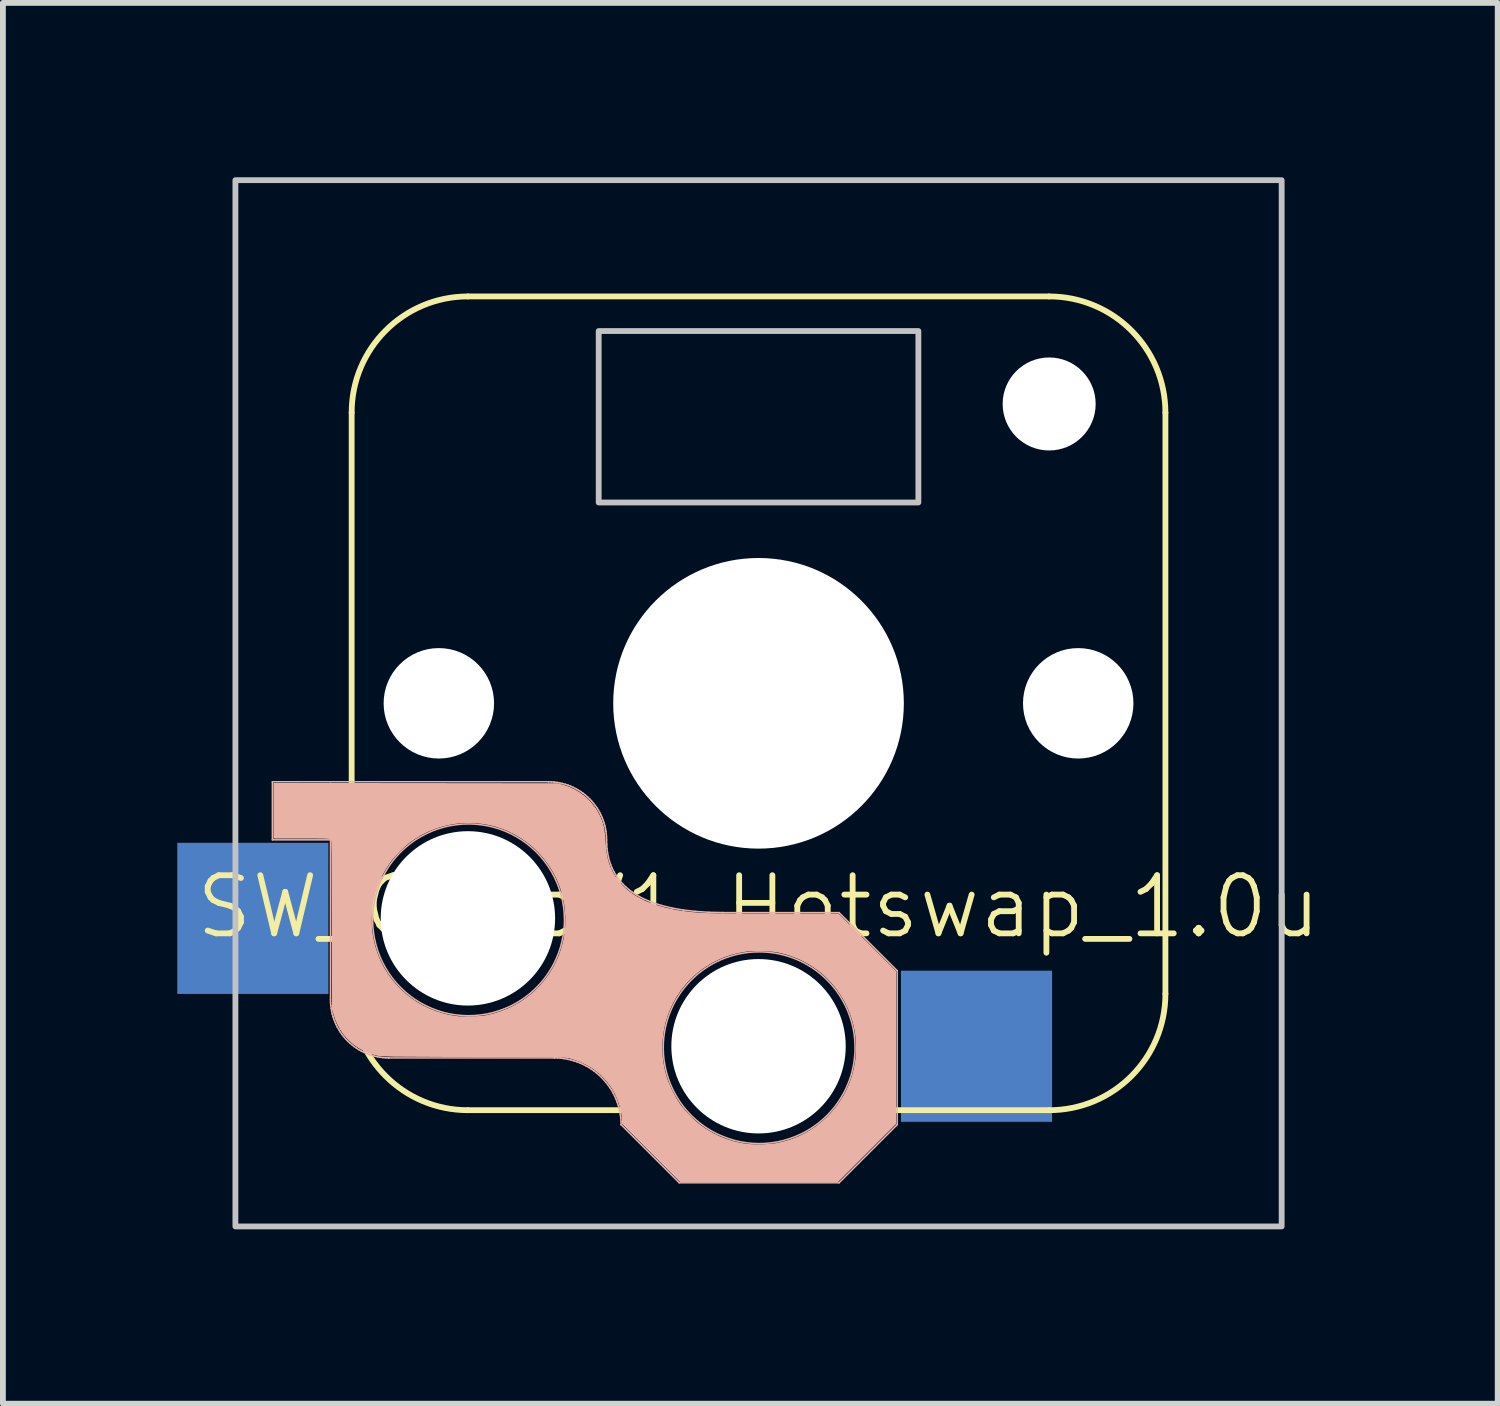
<source format=kicad_pcb>
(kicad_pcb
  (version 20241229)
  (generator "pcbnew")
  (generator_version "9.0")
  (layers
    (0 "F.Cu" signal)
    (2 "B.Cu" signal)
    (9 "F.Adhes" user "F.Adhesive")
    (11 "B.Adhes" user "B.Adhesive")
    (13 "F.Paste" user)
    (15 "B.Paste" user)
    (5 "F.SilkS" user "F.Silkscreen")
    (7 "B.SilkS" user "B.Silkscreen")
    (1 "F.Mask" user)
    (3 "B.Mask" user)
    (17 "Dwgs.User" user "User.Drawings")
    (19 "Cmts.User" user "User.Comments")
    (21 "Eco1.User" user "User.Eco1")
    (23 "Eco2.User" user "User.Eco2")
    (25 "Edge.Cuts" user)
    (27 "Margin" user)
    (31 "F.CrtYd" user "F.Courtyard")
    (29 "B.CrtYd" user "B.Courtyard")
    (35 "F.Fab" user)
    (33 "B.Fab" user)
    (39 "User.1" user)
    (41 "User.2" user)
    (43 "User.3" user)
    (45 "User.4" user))
  (footprint "SW_ChocV1_Hotswap_1.0u"
    (layer "F.Cu")
    (at 10 9.05)
    (property "Reference" "SW_ChocV1_Hotswap_1.0u" (at 0 3.5 0) (unlocked yes) (layer "F.SilkS") (effects (font (size 1 1) (thickness 0.1))))
    (attr through_hole)
    (fp_line (start -7 -5) (end -7 5) (stroke (width 0.1) (type default)) (layer "F.SilkS"))
    (fp_line (start -5 -7) (end 5 -7) (stroke (width 0.1) (type default)) (layer "F.SilkS"))
    (fp_line (start -5 7) (end -1.5 7) (stroke (width 0.1) (type default)) (layer "F.SilkS"))
    (fp_line (start 1.5 7) (end 5 7) (stroke (width 0.1) (type default)) (layer "F.SilkS"))
    (fp_line (start 7 -5) (end 7 5) (stroke (width 0.1) (type default)) (layer "F.SilkS"))
    (fp_arc (start -7 -5) (mid -6.414214 -6.414214) (end -5 -7) (stroke (width 0.1) (type default)) (layer "F.SilkS"))
    (fp_arc (start -5 7) (mid -6.414214 6.414214) (end -7 5) (stroke (width 0.1) (type default)) (layer "F.SilkS"))
    (fp_arc (start 5 -7) (mid 6.414214 -6.414214) (end 7 -5) (stroke (width 0.1) (type default)) (layer "F.SilkS"))
    (fp_arc (start 7 5) (mid 6.414214 6.414214) (end 5 7) (stroke (width 0.1) (type default)) (layer "F.SilkS"))
    (fp_line (start -8.364 1.349) (end -7.364 1.349) (stroke (width 0.026) (type solid)) (layer "B.SilkS"))
    (fp_line (start -8.364 2.349) (end -8.364 1.349) (stroke (width 0.026) (type solid)) (layer "B.SilkS"))
    (fp_line (start -7.364 1.349) (end -3.614 1.349) (stroke (width 0.026) (type solid)) (layer "B.SilkS"))
    (fp_line (start -7.364 2.349) (end -8.364 2.349) (stroke (width 0.026) (type solid)) (layer "B.SilkS"))
    (fp_line (start -7.364 5.1) (end -7.364 2.349) (stroke (width 0.026) (type solid)) (layer "B.SilkS"))
    (fp_line (start -7.364 5.1) (end -7.363 5.149) (stroke (width 0.026) (type solid)) (layer "B.SilkS"))
    (fp_line (start -7.363 5.149) (end -7.359 5.199) (stroke (width 0.026) (type solid)) (layer "B.SilkS"))
    (fp_line (start -7.359 5.199) (end -7.353 5.247) (stroke (width 0.026) (type solid)) (layer "B.SilkS"))
    (fp_line (start -7.353 5.247) (end -7.345 5.296) (stroke (width 0.026) (type solid)) (layer "B.SilkS"))
    (fp_line (start -7.345 5.296) (end -7.334 5.344) (stroke (width 0.026) (type solid)) (layer "B.SilkS"))
    (fp_line (start -7.334 5.344) (end -7.321 5.391) (stroke (width 0.026) (type solid)) (layer "B.SilkS"))
    (fp_line (start -7.321 5.391) (end -7.306 5.437) (stroke (width 0.026) (type solid)) (layer "B.SilkS"))
    (fp_line (start -7.306 5.437) (end -7.288 5.483) (stroke (width 0.026) (type solid)) (layer "B.SilkS"))
    (fp_line (start -7.288 5.483) (end -7.268 5.527) (stroke (width 0.026) (type solid)) (layer "B.SilkS"))
    (fp_line (start -7.268 5.527) (end -7.247 5.571) (stroke (width 0.026) (type solid)) (layer "B.SilkS"))
    (fp_line (start -7.247 5.571) (end -7.222 5.613) (stroke (width 0.026) (type solid)) (layer "B.SilkS"))
    (fp_line (start -7.222 5.613) (end -7.196 5.655) (stroke (width 0.026) (type solid)) (layer "B.SilkS"))
    (fp_line (start -7.196 5.655) (end -7.168 5.695) (stroke (width 0.026) (type solid)) (layer "B.SilkS"))
    (fp_line (start -7.168 5.695) (end -7.138 5.734) (stroke (width 0.026) (type solid)) (layer "B.SilkS"))
    (fp_line (start -7.138 5.734) (end -7.106 5.771) (stroke (width 0.026) (type solid)) (layer "B.SilkS"))
    (fp_line (start -7.106 5.771) (end -7.071 5.807) (stroke (width 0.026) (type solid)) (layer "B.SilkS"))
    (fp_line (start -7.071 5.807) (end -7.036 5.841) (stroke (width 0.026) (type solid)) (layer "B.SilkS"))
    (fp_line (start -7.036 5.841) (end -6.998 5.873) (stroke (width 0.026) (type solid)) (layer "B.SilkS"))
    (fp_line (start -6.998 5.873) (end -6.959 5.904) (stroke (width 0.026) (type solid)) (layer "B.SilkS"))
    (fp_line (start -6.959 5.904) (end -6.919 5.932) (stroke (width 0.026) (type solid)) (layer "B.SilkS"))
    (fp_line (start -6.919 5.932) (end -6.878 5.958) (stroke (width 0.026) (type solid)) (layer "B.SilkS"))
    (fp_line (start -6.878 5.958) (end -6.835 5.982) (stroke (width 0.026) (type solid)) (layer "B.SilkS"))
    (fp_line (start -6.835 5.982) (end -6.792 6.004) (stroke (width 0.026) (type solid)) (layer "B.SilkS"))
    (fp_line (start -6.792 6.004) (end -6.747 6.024) (stroke (width 0.026) (type solid)) (layer "B.SilkS"))
    (fp_line (start -6.747 6.024) (end -6.702 6.041) (stroke (width 0.026) (type solid)) (layer "B.SilkS"))
    (fp_line (start -6.702 6.041) (end -6.655 6.057) (stroke (width 0.026) (type solid)) (layer "B.SilkS"))
    (fp_line (start -6.655 6.057) (end -6.608 6.07) (stroke (width 0.026) (type solid)) (layer "B.SilkS"))
    (fp_line (start -6.608 6.07) (end -6.56 6.08) (stroke (width 0.026) (type solid)) (layer "B.SilkS"))
    (fp_line (start -6.56 6.08) (end -6.512 6.089) (stroke (width 0.026) (type solid)) (layer "B.SilkS"))
    (fp_line (start -6.512 6.089) (end -6.463 6.095) (stroke (width 0.026) (type solid)) (layer "B.SilkS"))
    (fp_line (start -6.463 6.095) (end -6.414 6.099) (stroke (width 0.026) (type solid)) (layer "B.SilkS"))
    (fp_line (start -6.414 6.099) (end -6.364 6.1) (stroke (width 0.026) (type solid)) (layer "B.SilkS"))
    (fp_line (start -6.364 6.1) (end -6.364 6.101) (stroke (width 0.026) (type default)) (layer "B.SilkS"))
    (fp_line (start -3.614 1.35) (end -3.614 1.349) (stroke (width 0.026) (type default)) (layer "B.SilkS"))
    (fp_line (start -3.565 1.351) (end -3.614 1.35) (stroke (width 0.026) (type solid)) (layer "B.SilkS"))
    (fp_line (start -3.516 1.355) (end -3.565 1.351) (stroke (width 0.026) (type solid)) (layer "B.SilkS"))
    (fp_line (start -3.514 6.101) (end -6.364 6.101) (stroke (width 0.026) (type solid)) (layer "B.SilkS"))
    (fp_line (start -3.514 6.101) (end -3.514 6.1) (stroke (width 0.026) (type default)) (layer "B.SilkS"))
    (fp_line (start -3.467 1.361) (end -3.516 1.355) (stroke (width 0.026) (type solid)) (layer "B.SilkS"))
    (fp_line (start -3.457 6.101) (end -3.514 6.1) (stroke (width 0.026) (type solid)) (layer "B.SilkS"))
    (fp_line (start -3.418 1.369) (end -3.467 1.361) (stroke (width 0.026) (type solid)) (layer "B.SilkS"))
    (fp_line (start -3.401 6.105) (end -3.457 6.101) (stroke (width 0.026) (type solid)) (layer "B.SilkS"))
    (fp_line (start -3.371 1.38) (end -3.418 1.369) (stroke (width 0.026) (type solid)) (layer "B.SilkS"))
    (fp_line (start -3.345 6.112) (end -3.401 6.105) (stroke (width 0.026) (type solid)) (layer "B.SilkS"))
    (fp_line (start -3.324 1.393) (end -3.371 1.38) (stroke (width 0.026) (type solid)) (layer "B.SilkS"))
    (fp_line (start -3.289 6.122) (end -3.345 6.112) (stroke (width 0.026) (type solid)) (layer "B.SilkS"))
    (fp_line (start -3.277 1.408) (end -3.324 1.393) (stroke (width 0.026) (type solid)) (layer "B.SilkS"))
    (fp_line (start -3.234 6.135) (end -3.289 6.122) (stroke (width 0.026) (type solid)) (layer "B.SilkS"))
    (fp_line (start -3.232 1.426) (end -3.277 1.408) (stroke (width 0.026) (type solid)) (layer "B.SilkS"))
    (fp_line (start -3.187 1.446) (end -3.232 1.426) (stroke (width 0.026) (type solid)) (layer "B.SilkS"))
    (fp_line (start -3.18 6.15) (end -3.234 6.135) (stroke (width 0.026) (type solid)) (layer "B.SilkS"))
    (fp_line (start -3.143 1.468) (end -3.187 1.446) (stroke (width 0.026) (type solid)) (layer "B.SilkS"))
    (fp_line (start -3.127 6.167) (end -3.18 6.15) (stroke (width 0.026) (type solid)) (layer "B.SilkS"))
    (fp_line (start -3.101 1.492) (end -3.143 1.468) (stroke (width 0.026) (type solid)) (layer "B.SilkS"))
    (fp_line (start -3.074 6.187) (end -3.127 6.167) (stroke (width 0.026) (type solid)) (layer "B.SilkS"))
    (fp_line (start -3.06 1.518) (end -3.101 1.492) (stroke (width 0.026) (type solid)) (layer "B.SilkS"))
    (fp_line (start -3.023 6.21) (end -3.074 6.187) (stroke (width 0.026) (type solid)) (layer "B.SilkS"))
    (fp_line (start -3.019 1.546) (end -3.06 1.518) (stroke (width 0.026) (type solid)) (layer "B.SilkS"))
    (fp_line (start -2.981 1.576) (end -3.019 1.546) (stroke (width 0.026) (type solid)) (layer "B.SilkS"))
    (fp_line (start -2.973 6.235) (end -3.023 6.21) (stroke (width 0.026) (type solid)) (layer "B.SilkS"))
    (fp_line (start -2.943 1.609) (end -2.981 1.576) (stroke (width 0.026) (type solid)) (layer "B.SilkS"))
    (fp_line (start -2.924 6.263) (end -2.973 6.235) (stroke (width 0.026) (type solid)) (layer "B.SilkS"))
    (fp_line (start -2.907 1.643) (end -2.943 1.609) (stroke (width 0.026) (type solid)) (layer "B.SilkS"))
    (fp_line (start -2.876 6.293) (end -2.924 6.263) (stroke (width 0.026) (type solid)) (layer "B.SilkS"))
    (fp_line (start -2.873 1.679) (end -2.907 1.643) (stroke (width 0.026) (type solid)) (layer "B.SilkS"))
    (fp_line (start -2.841 1.716) (end -2.873 1.679) (stroke (width 0.026) (type solid)) (layer "B.SilkS"))
    (fp_line (start -2.83 6.325) (end -2.876 6.293) (stroke (width 0.026) (type solid)) (layer "B.SilkS"))
    (fp_line (start -2.811 1.755) (end -2.841 1.716) (stroke (width 0.026) (type solid)) (layer "B.SilkS"))
    (fp_line (start -2.786 6.36) (end -2.83 6.325) (stroke (width 0.026) (type solid)) (layer "B.SilkS"))
    (fp_line (start -2.782 1.795) (end -2.811 1.755) (stroke (width 0.026) (type solid)) (layer "B.SilkS"))
    (fp_line (start -2.756 1.836) (end -2.782 1.795) (stroke (width 0.026) (type solid)) (layer "B.SilkS"))
    (fp_line (start -2.743 6.397) (end -2.786 6.36) (stroke (width 0.026) (type solid)) (layer "B.SilkS"))
    (fp_line (start -2.732 1.879) (end -2.756 1.836) (stroke (width 0.026) (type solid)) (layer "B.SilkS"))
    (fp_line (start -2.71 1.923) (end -2.732 1.879) (stroke (width 0.026) (type solid)) (layer "B.SilkS"))
    (fp_line (start -2.701 6.437) (end -2.743 6.397) (stroke (width 0.026) (type solid)) (layer "B.SilkS"))
    (fp_line (start -2.69 1.967) (end -2.71 1.923) (stroke (width 0.026) (type solid)) (layer "B.SilkS"))
    (fp_line (start -2.673 2.013) (end -2.69 1.967) (stroke (width 0.026) (type solid)) (layer "B.SilkS"))
    (fp_line (start -2.662 6.478) (end -2.701 6.437) (stroke (width 0.026) (type solid)) (layer "B.SilkS"))
    (fp_line (start -2.658 2.059) (end -2.673 2.013) (stroke (width 0.026) (type solid)) (layer "B.SilkS"))
    (fp_line (start -2.644 2.106) (end -2.658 2.059) (stroke (width 0.026) (type solid)) (layer "B.SilkS"))
    (fp_line (start -2.634 2.154) (end -2.644 2.106) (stroke (width 0.026) (type solid)) (layer "B.SilkS"))
    (fp_line (start -2.625 2.202) (end -2.634 2.154) (stroke (width 0.026) (type solid)) (layer "B.SilkS"))
    (fp_line (start -2.625 6.521) (end -2.662 6.478) (stroke (width 0.026) (type solid)) (layer "B.SilkS"))
    (fp_line (start -2.619 2.251) (end -2.625 2.202) (stroke (width 0.026) (type solid)) (layer "B.SilkS"))
    (fp_line (start -2.616 2.3) (end -2.619 2.251) (stroke (width 0.026) (type solid)) (layer "B.SilkS"))
    (fp_line (start -2.614 2.35) (end -2.616 2.3) (stroke (width 0.026) (type solid)) (layer "B.SilkS"))
    (fp_line (start -2.612 2.427) (end -2.614 2.35) (stroke (width 0.026) (type solid)) (layer "B.SilkS"))
    (fp_line (start -2.607 2.501) (end -2.612 2.427) (stroke (width 0.026) (type solid)) (layer "B.SilkS"))
    (fp_line (start -2.597 2.573) (end -2.607 2.501) (stroke (width 0.026) (type solid)) (layer "B.SilkS"))
    (fp_line (start -2.59 6.566) (end -2.625 6.521) (stroke (width 0.026) (type solid)) (layer "B.SilkS"))
    (fp_line (start -2.583 2.643) (end -2.597 2.573) (stroke (width 0.026) (type solid)) (layer "B.SilkS"))
    (fp_line (start -2.566 2.71) (end -2.583 2.643) (stroke (width 0.026) (type solid)) (layer "B.SilkS"))
    (fp_line (start -2.558 6.612) (end -2.59 6.566) (stroke (width 0.026) (type solid)) (layer "B.SilkS"))
    (fp_line (start -2.544 2.775) (end -2.566 2.71) (stroke (width 0.026) (type solid)) (layer "B.SilkS"))
    (fp_line (start -2.527 6.659) (end -2.558 6.612) (stroke (width 0.026) (type solid)) (layer "B.SilkS"))
    (fp_line (start -2.519 2.837) (end -2.544 2.775) (stroke (width 0.026) (type solid)) (layer "B.SilkS"))
    (fp_line (start -2.5 6.708) (end -2.527 6.659) (stroke (width 0.026) (type solid)) (layer "B.SilkS"))
    (fp_line (start -2.489 2.897) (end -2.519 2.837) (stroke (width 0.026) (type solid)) (layer "B.SilkS"))
    (fp_line (start -2.475 6.758) (end -2.5 6.708) (stroke (width 0.026) (type solid)) (layer "B.SilkS"))
    (fp_line (start -2.456 2.954) (end -2.489 2.897) (stroke (width 0.026) (type solid)) (layer "B.SilkS"))
    (fp_line (start -2.452 6.81) (end -2.475 6.758) (stroke (width 0.026) (type solid)) (layer "B.SilkS"))
    (fp_line (start -2.432 6.862) (end -2.452 6.81) (stroke (width 0.026) (type solid)) (layer "B.SilkS"))
    (fp_line (start -2.419 3.009) (end -2.456 2.954) (stroke (width 0.026) (type solid)) (layer "B.SilkS"))
    (fp_line (start -2.414 6.915) (end -2.432 6.862) (stroke (width 0.026) (type solid)) (layer "B.SilkS"))
    (fp_line (start -2.399 6.97) (end -2.414 6.915) (stroke (width 0.026) (type solid)) (layer "B.SilkS"))
    (fp_line (start -2.387 7.024) (end -2.399 6.97) (stroke (width 0.026) (type solid)) (layer "B.SilkS"))
    (fp_line (start -2.378 3.061) (end -2.419 3.009) (stroke (width 0.026) (type solid)) (layer "B.SilkS"))
    (fp_line (start -2.377 7.08) (end -2.387 7.024) (stroke (width 0.026) (type solid)) (layer "B.SilkS"))
    (fp_line (start -2.37 7.136) (end -2.377 7.08) (stroke (width 0.026) (type solid)) (layer "B.SilkS"))
    (fp_line (start -2.366 7.193) (end -2.37 7.136) (stroke (width 0.026) (type solid)) (layer "B.SilkS"))
    (fp_line (start -2.364 7.25) (end -2.366 7.193) (stroke (width 0.026) (type solid)) (layer "B.SilkS"))
    (fp_line (start -2.364 7.25) (end -2.364 7.249) (stroke (width 0.026) (type default)) (layer "B.SilkS"))
    (fp_line (start -2.333 3.112) (end -2.378 3.061) (stroke (width 0.026) (type solid)) (layer "B.SilkS"))
    (fp_line (start -2.284 3.159) (end -2.333 3.112) (stroke (width 0.026) (type solid)) (layer "B.SilkS"))
    (fp_line (start -2.232 3.204) (end -2.284 3.159) (stroke (width 0.026) (type solid)) (layer "B.SilkS"))
    (fp_line (start -2.175 3.247) (end -2.232 3.204) (stroke (width 0.026) (type solid)) (layer "B.SilkS"))
    (fp_line (start -2.114 3.287) (end -2.175 3.247) (stroke (width 0.026) (type solid)) (layer "B.SilkS"))
    (fp_line (start -2.05 3.325) (end -2.114 3.287) (stroke (width 0.026) (type solid)) (layer "B.SilkS"))
    (fp_line (start -1.982 3.361) (end -2.05 3.325) (stroke (width 0.026) (type solid)) (layer "B.SilkS"))
    (fp_line (start -1.833 3.424) (end -1.982 3.361) (stroke (width 0.026) (type solid)) (layer "B.SilkS"))
    (fp_line (start -1.669 3.478) (end -1.833 3.424) (stroke (width 0.026) (type solid)) (layer "B.SilkS"))
    (fp_line (start -1.489 3.522) (end -1.669 3.478) (stroke (width 0.026) (type solid)) (layer "B.SilkS"))
    (fp_line (start -1.364 8.249) (end -2.364 7.249) (stroke (width 0.026) (type solid)) (layer "B.SilkS"))
    (fp_line (start -1.294 3.556) (end -1.489 3.522) (stroke (width 0.026) (type solid)) (layer "B.SilkS"))
    (fp_line (start -1.083 3.58) (end -1.294 3.556) (stroke (width 0.026) (type solid)) (layer "B.SilkS"))
    (fp_line (start -0.857 3.595) (end -1.083 3.58) (stroke (width 0.026) (type solid)) (layer "B.SilkS"))
    (fp_line (start -0.614 3.601) (end -0.614 3.6) (stroke (width 0.026) (type default)) (layer "B.SilkS"))
    (fp_line (start -0.614 3.601) (end 1.386 3.601) (stroke (width 0.026) (type solid)) (layer "B.SilkS"))
    (fp_line (start -0.614 3.6) (end -0.857 3.595) (stroke (width 0.026) (type solid)) (layer "B.SilkS"))
    (fp_line (start 1.386 8.249) (end -1.364 8.249) (stroke (width 0.026) (type solid)) (layer "B.SilkS"))
    (fp_line (start 2.386 4.601) (end 1.386 3.601) (stroke (width 0.026) (type solid)) (layer "B.SilkS"))
    (fp_line (start 2.386 4.601) (end 2.386 7.249) (stroke (width 0.026) (type solid)) (layer "B.SilkS"))
    (fp_line (start 2.386 7.249) (end 1.386 8.249) (stroke (width 0.026) (type solid)) (layer "B.SilkS"))
    (fp_poly (pts (xy -4.883 2.078) (xy -4.776 2.089) (xy -4.67 2.106) (xy -4.566 2.13) (xy -4.462 2.161) (xy -4.361 2.199) (xy -4.261 2.244) (xy -4.164 2.296) (xy -4.071 2.354) (xy -3.982 2.418) (xy -3.899 2.487) (xy -3.82 2.561) (xy -3.747 2.639) (xy -3.679 2.722) (xy -3.617 2.809) (xy -3.56 2.9) (xy -3.51 2.994) (xy -3.466 3.091) (xy -3.428 3.192) (xy -3.396 3.294) (xy -3.372 3.399) (xy -3.354 3.506) (xy -3.343 3.615) (xy -3.339 3.725) (xy -3.34 3.78) (xy -3.343 3.835) (xy -3.348 3.889) (xy -3.354 3.943) (xy -3.362 3.997) (xy -3.372 4.05) (xy -3.383 4.103) (xy -3.396 4.155) (xy -3.411 4.207) (xy -3.428 4.258) (xy -3.446 4.309) (xy -3.466 4.358) (xy -3.487 4.407) (xy -3.51 4.456) (xy -3.534 4.503) (xy -3.56 4.55) (xy -3.588 4.596) (xy -3.617 4.641) (xy -3.647 4.685) (xy -3.679 4.728) (xy -3.712 4.77) (xy -3.747 4.811) (xy -3.783 4.85) (xy -3.82 4.889) (xy -3.859 4.927) (xy -3.899 4.963) (xy -3.94 4.998) (xy -3.982 5.032) (xy -4.026 5.064) (xy -4.071 5.096) (xy -4.117 5.125) (xy -4.164 5.154) (xy -4.261 5.206) (xy -4.361 5.25) (xy -4.462 5.288) (xy -4.566 5.32) (xy -4.67 5.344) (xy -4.776 5.361) (xy -4.883 5.371) (xy -4.989 5.375) (xy -5.096 5.371) (xy -5.203 5.361) (xy -5.308 5.344) (xy -5.413 5.32) (xy -5.516 5.288) (xy -5.618 5.25) (xy -5.717 5.206) (xy -5.814 5.154) (xy -5.908 5.096) (xy -5.996 5.032) (xy -6.08 4.963) (xy -6.159 4.889) (xy -6.232 4.811) (xy -6.3 4.728) (xy -6.362 4.641) (xy -6.418 4.55) (xy -6.469 4.456) (xy -6.513 4.358) (xy -6.551 4.258) (xy -6.582 4.155) (xy -6.607 4.05) (xy -6.625 3.943) (xy -6.636 3.835) (xy -6.639 3.725) (xy -6.638 3.67) (xy -6.636 3.615) (xy -6.631 3.56) (xy -6.625 3.506) (xy -6.617 3.453) (xy -6.607 3.399) (xy -6.595 3.347) (xy -6.582 3.294) (xy -6.567 3.243) (xy -6.551 3.192) (xy -6.533 3.141) (xy -6.513 3.091) (xy -6.492 3.042) (xy -6.469 2.994) (xy -6.444 2.947) (xy -6.418 2.9) (xy -6.391 2.854) (xy -6.362 2.809) (xy -6.332 2.765) (xy -6.3 2.722) (xy -6.267 2.68) (xy -6.232 2.639) (xy -6.196 2.599) (xy -6.159 2.561) (xy -6.12 2.523) (xy -6.08 2.487) (xy -6.039 2.452) (xy -5.996 2.418) (xy -5.953 2.385) (xy -5.908 2.354) (xy -5.862 2.324) (xy -5.814 2.296) (xy -5.717 2.244) (xy -5.618 2.199) (xy -5.516 2.161) (xy -5.413 2.13) (xy -5.308 2.106) (xy -5.203 2.089) (xy -5.096 2.078) (xy -4.989 2.075)) (stroke (width 0.026) (type solid)) (fill no) (layer "B.SilkS"))
    (fp_poly (pts (xy 0.096 4.278) (xy 0.179 4.284) (xy 0.262 4.295) (xy 0.343 4.309) (xy 0.423 4.328) (xy 0.501 4.35) (xy 0.578 4.376) (xy 0.653 4.405) (xy 0.726 4.438) (xy 0.797 4.475) (xy 0.866 4.515) (xy 0.933 4.557) (xy 0.998 4.603) (xy 1.06 4.652) (xy 1.12 4.704) (xy 1.177 4.759) (xy 1.232 4.816) (xy 1.284 4.876) (xy 1.333 4.938) (xy 1.379 5.003) (xy 1.422 5.07) (xy 1.461 5.139) (xy 1.498 5.21) (xy 1.531 5.283) (xy 1.56 5.358) (xy 1.586 5.434) (xy 1.609 5.513) (xy 1.627 5.592) (xy 1.642 5.674) (xy 1.652 5.756) (xy 1.658 5.84) (xy 1.661 5.925) (xy 1.661 5.925) (xy 1.66 5.98) (xy 1.657 6.035) (xy 1.652 6.089) (xy 1.646 6.143) (xy 1.638 6.197) (xy 1.628 6.25) (xy 1.617 6.303) (xy 1.604 6.355) (xy 1.589 6.407) (xy 1.572 6.458) (xy 1.554 6.509) (xy 1.534 6.558) (xy 1.513 6.607) (xy 1.49 6.656) (xy 1.466 6.703) (xy 1.44 6.75) (xy 1.412 6.796) (xy 1.383 6.841) (xy 1.353 6.885) (xy 1.321 6.928) (xy 1.288 6.97) (xy 1.253 7.01) (xy 1.217 7.05) (xy 1.18 7.089) (xy 1.141 7.127) (xy 1.101 7.163) (xy 1.06 7.198) (xy 1.018 7.232) (xy 0.974 7.264) (xy 0.929 7.296) (xy 0.883 7.325) (xy 0.836 7.354) (xy 0.739 7.406) (xy 0.639 7.45) (xy 0.538 7.488) (xy 0.434 7.52) (xy 0.33 7.544) (xy 0.224 7.561) (xy 0.117 7.571) (xy 0.011 7.575) (xy -0.096 7.571) (xy -0.203 7.561) (xy -0.308 7.544) (xy -0.413 7.52) (xy -0.516 7.488) (xy -0.618 7.45) (xy -0.717 7.406) (xy -0.814 7.354) (xy -0.908 7.296) (xy -0.996 7.232) (xy -1.08 7.163) (xy -1.159 7.089) (xy -1.232 7.01) (xy -1.3 6.928) (xy -1.362 6.841) (xy -1.418 6.75) (xy -1.469 6.656) (xy -1.513 6.558) (xy -1.551 6.458) (xy -1.582 6.355) (xy -1.607 6.25) (xy -1.625 6.143) (xy -1.636 6.035) (xy -1.639 5.925) (xy -1.637 5.84) (xy -1.631 5.756) (xy -1.62 5.674) (xy -1.606 5.592) (xy -1.587 5.513) (xy -1.565 5.434) (xy -1.539 5.358) (xy -1.509 5.283) (xy -1.476 5.21) (xy -1.44 5.139) (xy -1.4 5.07) (xy -1.357 5.003) (xy -1.311 4.938) (xy -1.262 4.876) (xy -1.21 4.816) (xy -1.156 4.759) (xy -1.098 4.704) (xy -1.039 4.652) (xy -0.976 4.603) (xy -0.912 4.557) (xy -0.845 4.514) (xy -0.776 4.475) (xy -0.704 4.438) (xy -0.631 4.405) (xy -0.556 4.376) (xy -0.48 4.35) (xy -0.402 4.328) (xy -0.322 4.309) (xy -0.24 4.295) (xy -0.158 4.284) (xy -0.074 4.278) (xy 0.011 4.276)) (stroke (width 0.026) (type solid)) (fill no) (layer "B.SilkS"))
    (fp_poly (pts (xy -5.9 1.372) (xy -3.455 1.375) (xy -3.369 1.399) (xy -3.305 1.419) (xy -3.244 1.442) (xy -3.184 1.47) (xy -3.127 1.501) (xy -3.072 1.535) (xy -3.02 1.572) (xy -2.97 1.613) (xy -2.923 1.657) (xy -2.879 1.703) (xy -2.839 1.753) (xy -2.801 1.804) (xy -2.767 1.858) (xy -2.736 1.915) (xy -2.709 1.974) (xy -2.686 2.034) (xy -2.667 2.097) (xy -2.661 2.121) (xy -2.656 2.146) (xy -2.651 2.173) (xy -2.647 2.203) (xy -2.643 2.237) (xy -2.639 2.275) (xy -2.635 2.319) (xy -2.632 2.369) (xy -2.625 2.458) (xy -2.617 2.536) (xy -2.612 2.571) (xy -2.607 2.604) (xy -2.602 2.635) (xy -2.595 2.665) (xy -2.589 2.693) (xy -2.581 2.72) (xy -2.573 2.747) (xy -2.563 2.773) (xy -2.553 2.799) (xy -2.542 2.825) (xy -2.517 2.879) (xy -2.498 2.915) (xy -2.478 2.95) (xy -2.457 2.984) (xy -2.434 3.017) (xy -2.409 3.049) (xy -2.384 3.081) (xy -2.357 3.111) (xy -2.329 3.14) (xy -2.299 3.169) (xy -2.268 3.197) (xy -2.236 3.224) (xy -2.202 3.249) (xy -2.167 3.274) (xy -2.13 3.299) (xy -2.092 3.322) (xy -2.053 3.344) (xy -2.012 3.366) (xy -1.97 3.386) (xy -1.926 3.406) (xy -1.881 3.424) (xy -1.835 3.442) (xy -1.787 3.459) (xy -1.738 3.475) (xy -1.687 3.491) (xy -1.582 3.519) (xy -1.471 3.543) (xy -1.354 3.564) (xy -1.231 3.581) (xy -1.137 3.592) (xy -1.042 3.601) (xy -0.931 3.607) (xy -0.794 3.611) (xy -0.616 3.614) (xy -0.385 3.616) (xy 0.286 3.617) (xy 1.378 3.617) (xy 1.873 4.112) (xy 2.367 4.606) (xy 2.367 7.237) (xy 1.868 7.736) (xy 1.369 8.235) (xy -1.352 8.235) (xy -1.851 7.736) (xy -2.349 7.237) (xy -2.349 7.187) (xy -2.35 7.158) (xy -2.353 7.127) (xy -2.356 7.095) (xy -2.362 7.061) (xy -2.368 7.027) (xy -2.376 6.992) (xy -2.385 6.957) (xy -2.395 6.921) (xy -2.406 6.885) (xy -2.419 6.85) (xy -2.432 6.815) (xy -2.446 6.78) (xy -2.46 6.747) (xy -2.476 6.715) (xy -2.492 6.685) (xy -2.508 6.656) (xy -2.54 6.605) (xy -2.574 6.557) (xy -2.609 6.511) (xy -2.647 6.467) (xy -2.687 6.426) (xy -2.728 6.386) (xy -2.772 6.349) (xy -2.817 6.313) (xy -2.864 6.28) (xy -2.914 6.25) (xy -2.965 6.221) (xy -3.018 6.195) (xy -3.073 6.17) (xy -3.129 6.149) (xy -3.188 6.129) (xy -3.249 6.111) (xy -3.262 6.108) (xy -3.268 6.106) (xy -3.275 6.105) (xy -3.283 6.104) (xy -3.292 6.102) (xy -3.303 6.101) (xy -3.315 6.1) (xy -3.329 6.099) (xy -3.345 6.098) (xy -3.365 6.097) (xy -3.386 6.096) (xy -3.412 6.096) (xy -3.44 6.095) (xy -3.509 6.094) (xy -3.596 6.093) (xy -3.703 6.092) (xy -3.832 6.091) (xy -3.986 6.09) (xy -4.379 6.088) (xy -4.9 6.087) (xy -6.285 6.08) (xy -6.487 6.073) (xy -6.53 6.069) (xy -6.561 6.063) (xy -6.59 6.055) (xy -6.618 6.048) (xy -6.646 6.039) (xy -6.674 6.03) (xy -6.701 6.021) (xy -6.727 6.01) (xy -6.753 5.999) (xy -6.779 5.988) (xy -6.804 5.975) (xy -6.829 5.962) (xy -6.833 5.96) (xy -1.654 5.96) (xy -1.648 6.081) (xy -1.632 6.203) (xy -1.607 6.324) (xy -1.574 6.444) (xy -1.565 6.469) (xy -1.556 6.496) (xy -1.532 6.553) (xy -1.505 6.614) (xy -1.476 6.675) (xy -1.444 6.736) (xy -1.412 6.794) (xy -1.38 6.846) (xy -1.364 6.87) (xy -1.349 6.892) (xy -1.335 6.911) (xy -1.32 6.931) (xy -1.285 6.973) (xy -1.247 7.017) (xy -1.206 7.062) (xy -1.164 7.105) (xy -1.123 7.146) (xy -1.084 7.183) (xy -1.065 7.199) (xy -1.048 7.214) (xy -1.003 7.25) (xy -0.956 7.283) (xy -0.909 7.316) (xy -0.861 7.346) (xy -0.812 7.375) (xy -0.761 7.403) (xy -0.71 7.428) (xy -0.658 7.452) (xy -0.606 7.474) (xy -0.552 7.494) (xy -0.498 7.512) (xy -0.443 7.529) (xy -0.388 7.544) (xy -0.332 7.556) (xy -0.276 7.567) (xy -0.219 7.576) (xy -0.193 7.58) (xy -0.163 7.582) (xy -0.098 7.586) (xy -0.026 7.588) (xy 0.049 7.587) (xy 0.123 7.584) (xy 0.195 7.579) (xy 0.26 7.573) (xy 0.289 7.569) (xy 0.316 7.564) (xy 0.316 7.564) (xy 0.437 7.537) (xy 0.555 7.501) (xy 0.669 7.457) (xy 0.778 7.405) (xy 0.883 7.345) (xy 0.983 7.278) (xy 1.078 7.204) (xy 1.168 7.124) (xy 1.251 7.038) (xy 1.328 6.946) (xy 1.398 6.849) (xy 1.462 6.746) (xy 1.517 6.639) (xy 1.565 6.527) (xy 1.605 6.411) (xy 1.637 6.292) (xy 1.653 6.207) (xy 1.666 6.122) (xy 1.674 6.037) (xy 1.677 5.953) (xy 1.677 5.868) (xy 1.672 5.784) (xy 1.663 5.701) (xy 1.649 5.618) (xy 1.632 5.536) (xy 1.61 5.455) (xy 1.584 5.375) (xy 1.554 5.296) (xy 1.52 5.218) (xy 1.482 5.142) (xy 1.44 5.067) (xy 1.393 4.994) (xy 1.346 4.927) (xy 1.295 4.862) (xy 1.242 4.8) (xy 1.185 4.741) (xy 1.126 4.685) (xy 1.065 4.632) (xy 1.001 4.583) (xy 0.934 4.536) (xy 0.866 4.493) (xy 0.795 4.453) (xy 0.722 4.416) (xy 0.647 4.383) (xy 0.571 4.354) (xy 0.492 4.328) (xy 0.412 4.306) (xy 0.331 4.287) (xy 0.303 4.283) (xy 0.273 4.278) (xy 0.206 4.271) (xy 0.134 4.266) (xy 0.057 4.262) (xy -0.019 4.262) (xy -0.092 4.263) (xy -0.16 4.267) (xy -0.191 4.27) (xy -0.219 4.274) (xy -0.281 4.284) (xy -0.342 4.296) (xy -0.402 4.31) (xy -0.461 4.326) (xy -0.52 4.345) (xy -0.577 4.365) (xy -0.633 4.387) (xy -0.689 4.412) (xy -0.744 4.438) (xy -0.797 4.466) (xy -0.85 4.497) (xy -0.901 4.529) (xy -0.952 4.563) (xy -1.001 4.6) (xy -1.049 4.638) (xy -1.096 4.678) (xy -1.142 4.72) (xy -1.185 4.763) (xy -1.227 4.807) (xy -1.267 4.853) (xy -1.341 4.948) (xy -1.408 5.048) (xy -1.467 5.152) (xy -1.518 5.26) (xy -1.562 5.371) (xy -1.597 5.485) (xy -1.624 5.601) (xy -1.642 5.72) (xy -1.653 5.839) (xy -1.654 5.96) (xy -6.833 5.96) (xy -6.854 5.948) (xy -6.878 5.934) (xy -6.902 5.918) (xy -6.926 5.902) (xy -6.949 5.885) (xy -6.973 5.867) (xy -7.003 5.843) (xy -7.032 5.817) (xy -7.06 5.79) (xy -7.087 5.762) (xy -7.113 5.732) (xy -7.138 5.702) (xy -7.161 5.67) (xy -7.183 5.637) (xy -7.205 5.604) (xy -7.224 5.569) (xy -7.243 5.534) (xy -7.26 5.498) (xy -7.276 5.461) (xy -7.29 5.423) (xy -7.303 5.385) (xy -7.315 5.346) (xy -7.339 5.259) (xy -7.342 3.806) (xy -7.342 3.738) (xy -6.653 3.738) (xy -6.652 3.802) (xy -6.65 3.86) (xy -6.646 3.908) (xy -6.633 4.003) (xy -6.614 4.095) (xy -6.591 4.186) (xy -6.563 4.274) (xy -6.531 4.36) (xy -6.494 4.444) (xy -6.453 4.525) (xy -6.407 4.604) (xy -6.357 4.68) (xy -6.303 4.753) (xy -6.244 4.823) (xy -6.181 4.891) (xy -6.114 4.955) (xy -6.043 5.016) (xy -5.968 5.074) (xy -5.889 5.129) (xy -5.858 5.148) (xy -5.826 5.168) (xy -5.792 5.186) (xy -5.757 5.205) (xy -5.722 5.222) (xy -5.685 5.239) (xy -5.648 5.256) (xy -5.61 5.271) (xy -5.572 5.286) (xy -5.534 5.3) (xy -5.495 5.312) (xy -5.457 5.324) (xy -5.419 5.335) (xy -5.381 5.345) (xy -5.343 5.354) (xy -5.307 5.361) (xy -5.26 5.37) (xy -5.222 5.376) (xy -5.205 5.379) (xy -5.189 5.381) (xy -5.173 5.382) (xy -5.157 5.384) (xy -5.14 5.385) (xy -5.121 5.385) (xy -5.079 5.386) (xy -5.024 5.385) (xy -4.954 5.384) (xy -4.897 5.383) (xy -4.85 5.382) (xy -4.811 5.38) (xy -4.777 5.378) (xy -4.746 5.375) (xy -4.716 5.37) (xy -4.686 5.365) (xy -4.654 5.358) (xy -4.654 5.358) (xy -4.537 5.33) (xy -4.425 5.293) (xy -4.316 5.25) (xy -4.211 5.199) (xy -4.111 5.142) (xy -4.015 5.078) (xy -3.925 5.008) (xy -3.839 4.932) (xy -3.759 4.85) (xy -3.684 4.763) (xy -3.616 4.671) (xy -3.554 4.574) (xy -3.499 4.472) (xy -3.45 4.366) (xy -3.409 4.256) (xy -3.375 4.142) (xy -3.363 4.093) (xy -3.353 4.044) (xy -3.345 3.993) (xy -3.338 3.941) (xy -3.332 3.889) (xy -3.328 3.836) (xy -3.326 3.783) (xy -3.325 3.729) (xy -3.325 3.676) (xy -3.328 3.622) (xy -3.331 3.569) (xy -3.337 3.516) (xy -3.344 3.464) (xy -3.352 3.413) (xy -3.362 3.363) (xy -3.374 3.313) (xy -3.39 3.252) (xy -3.409 3.192) (xy -3.431 3.132) (xy -3.454 3.074) (xy -3.479 3.017) (xy -3.507 2.961) (xy -3.536 2.907) (xy -3.567 2.854) (xy -3.636 2.751) (xy -3.711 2.654) (xy -3.793 2.563) (xy -3.881 2.478) (xy -3.976 2.401) (xy -4.075 2.33) (xy -4.18 2.266) (xy -4.29 2.211) (xy -4.347 2.186) (xy -4.404 2.163) (xy -4.463 2.143) (xy -4.522 2.124) (xy -4.583 2.108) (xy -4.644 2.094) (xy -4.706 2.082) (xy -4.769 2.073) (xy -4.851 2.064) (xy -4.932 2.06) (xy -5.014 2.059) (xy -5.095 2.062) (xy -5.176 2.069) (xy -5.256 2.08) (xy -5.335 2.095) (xy -5.414 2.114) (xy -5.492 2.136) (xy -5.568 2.162) (xy -5.643 2.192) (xy -5.717 2.225) (xy -5.79 2.262) (xy -5.86 2.303) (xy -5.929 2.347) (xy -5.997 2.395) (xy -6.015 2.409) (xy -6.035 2.425) (xy -6.056 2.443) (xy -6.077 2.462) (xy -6.123 2.504) (xy -6.169 2.549) (xy -6.213 2.595) (xy -6.255 2.64) (xy -6.274 2.662) (xy -6.292 2.683) (xy -6.308 2.703) (xy -6.322 2.722) (xy -6.351 2.762) (xy -6.379 2.802) (xy -6.405 2.844) (xy -6.43 2.886) (xy -6.454 2.929) (xy -6.477 2.972) (xy -6.498 3.016) (xy -6.518 3.061) (xy -6.537 3.106) (xy -6.555 3.152) (xy -6.571 3.198) (xy -6.586 3.245) (xy -6.6 3.292) (xy -6.612 3.34) (xy -6.623 3.388) (xy -6.633 3.437) (xy -6.636 3.458) (xy -6.639 3.482) (xy -6.645 3.539) (xy -6.649 3.603) (xy -6.652 3.67) (xy -6.653 3.738) (xy -7.342 3.738) (xy -7.346 2.613) (xy -7.35 2.4) (xy -7.353 2.356) (xy -7.357 2.34) (xy -7.358 2.339) (xy -7.359 2.338) (xy -7.362 2.338) (xy -7.364 2.337) (xy -7.372 2.335) (xy -7.382 2.334) (xy -7.395 2.333) (xy -7.412 2.332) (xy -7.433 2.331) (xy -7.458 2.33) (xy -7.488 2.329) (xy -7.522 2.329) (xy -7.608 2.328) (xy -7.719 2.328) (xy -7.858 2.328) (xy -8.346 2.328) (xy -8.346 1.37)) (stroke (width -0.000001) (type solid)) (fill yes) (layer "B.SilkS"))
    (fp_rect (start -9 -9) (end 9 9) (stroke (width 0.1) (type default)) (fill no) (layer "Dwgs.User"))
    (fp_rect (start -2.75 -3.455) (end 2.75 -6.405) (stroke (width 0.1) (type default)) (fill no) (layer "Dwgs.User"))
    (pad "" np_thru_hole circle (at -5.5 0) (size 1.9 1.9) (drill 1.9) (layers "*.Cu" "*.Mask"))
    (pad "" np_thru_hole circle (at -5 3.7) (size 3 3) (drill 3) (layers "*.Cu" "*.Mask"))
    (pad "" np_thru_hole circle (at 0 0) (size 5 5) (drill 5) (layers "*.Cu" "*.Mask"))
    (pad "" np_thru_hole circle (at 0 5.9) (size 3 3) (drill 3) (layers "*.Cu" "*.Mask"))
    (pad "" np_thru_hole circle (at 5 -5.15) (size 1.6 1.6) (drill 1.6) (layers "*.Cu" "*.Mask"))
    (pad "" np_thru_hole circle (at 5.5 0) (size 1.9 1.9) (drill 1.9) (layers "*.Cu" "*.Mask"))
    (pad "1" smd rect (at -8.7 3.7) (size 2.6 2.6) (layers "B.Cu" "B.Mask" "B.Paste"))
    (pad "2" smd rect (at 3.75 5.9) (size 2.6 2.6) (layers "B.Cu" "B.Mask" "B.Paste")))
  (gr_rect
    (start -3 -3)
    (end 22.717 21.1)
    (stroke (width 0.1) (type default))
    (fill no)
    (layer "Edge.Cuts")))
</source>
